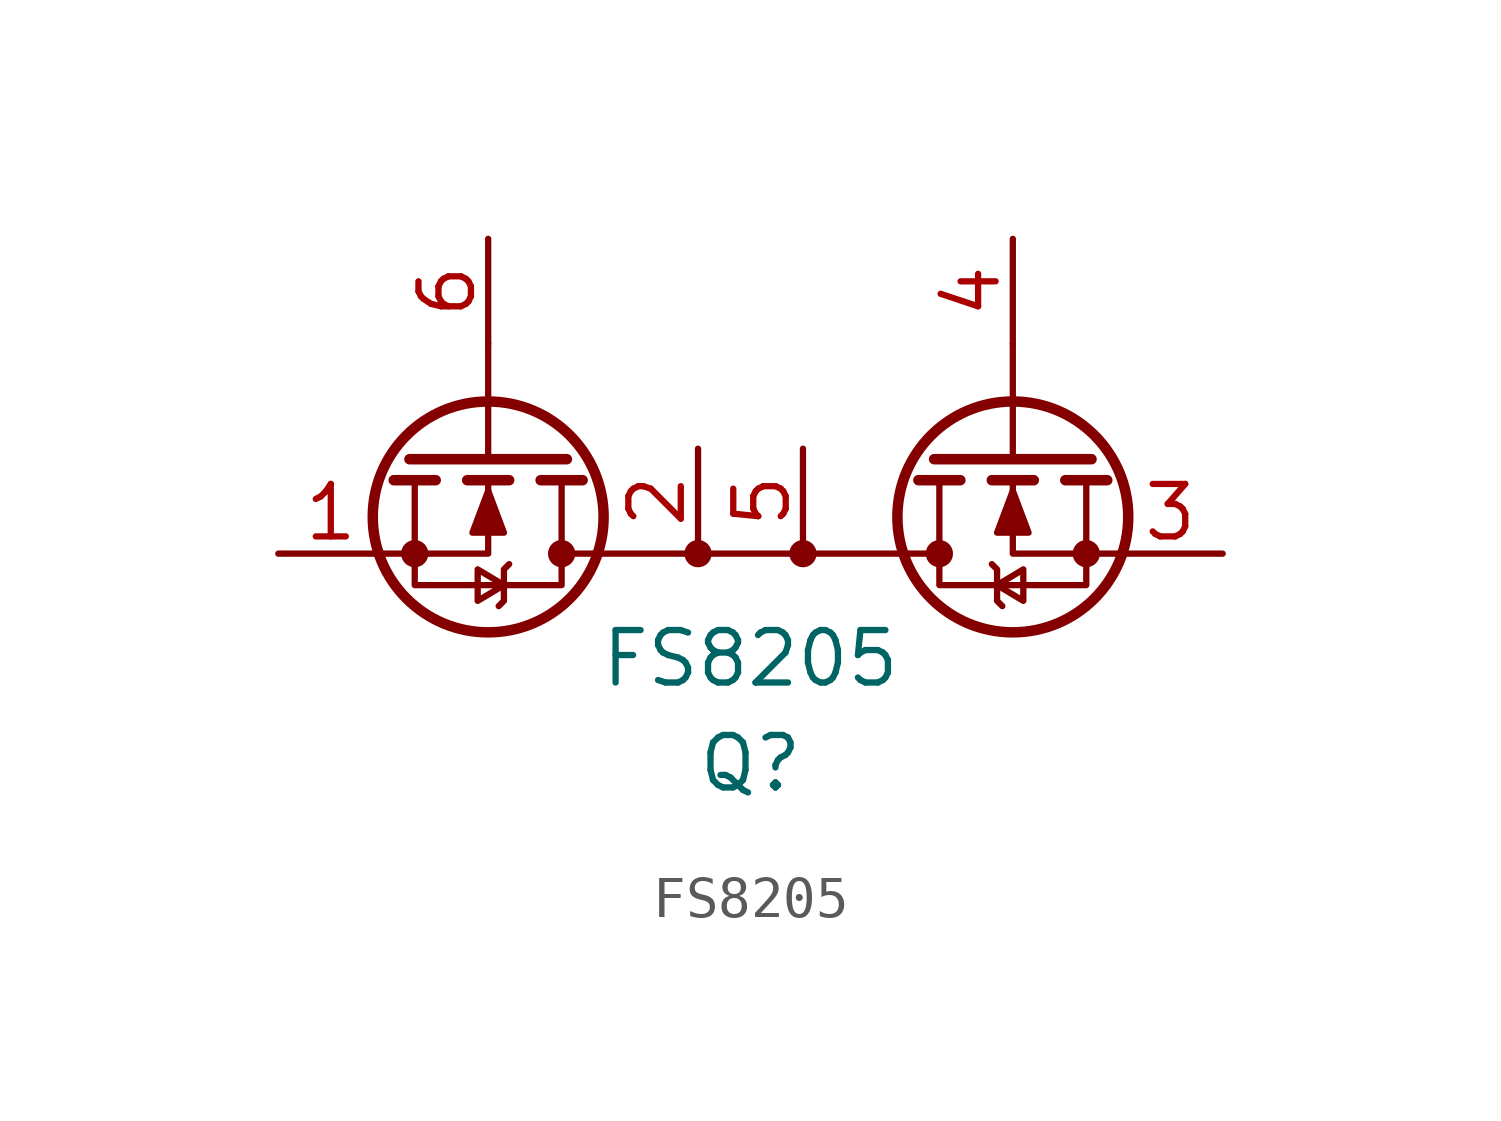
<source format=kicad_sym>
(kicad_symbol_lib
  (version 20211014)
  (generator kicad_symbol_editor)
  (symbol "FS8205"
    (pin_names hide)
    (property "Reference" "Q"
      (at 0 -5.08 0)
      (effects (font (size 1.27 1.27))))
    (property "Value" "FS8205"
      (at 0 -2.54 0)
      (effects (font (size 1.27 1.27))))
    (symbol "FS8205_0_1"
      (circle (center -8.128 0) (radius 0.254) (stroke (width 0) (type default) (color 0 0 0 0)) (fill (type outline)))
      (circle (center -6.35 0.889) (radius 2.794) (stroke (width 0.254) (type default) (color 0 0 0 0)) (fill (type none)))
      (circle (center -4.572 0) (radius 0.254) (stroke (width 0) (type default) (color 0 0 0 0)) (fill (type outline)))
      (circle (center -1.27 0) (radius 0.254) (stroke (width 0) (type default) (color 0 0 0 0)) (fill (type outline)))
      (polyline (pts (xy -7.62 1.778) (xy -8.636 1.778)) (stroke (width 0.254) (type default) (color 0 0 0 0)) (fill (type none)))
      (polyline (pts (xy -6.35 2.286) (xy -6.35 5.08)) (stroke (width 0) (type default) (color 0 0 0 0)) (fill (type none)))
      (polyline (pts (xy -5.842 1.778) (xy -6.858 1.778)) (stroke (width 0.254) (type default) (color 0 0 0 0)) (fill (type none)))
      (polyline (pts (xy -4.445 2.286) (xy -8.255 2.286)) (stroke (width 0.254) (type default) (color 0 0 0 0)) (fill (type none)))
      (polyline (pts (xy -4.064 1.778) (xy -5.08 1.778)) (stroke (width 0.254) (type default) (color 0 0 0 0)) (fill (type none)))
      (polyline (pts (xy -3.81 0) (xy -4.572 0)) (stroke (width 0) (type default) (color 0 0 0 0)) (fill (type none)))
      (polyline (pts (xy 3.81 0) (xy -3.81 0)) (stroke (width 0) (type default) (color 0 0 0 0)) (fill (type none)))
      (polyline (pts (xy 3.81 0) (xy 4.572 0)) (stroke (width 0) (type default) (color 0 0 0 0)) (fill (type none)))
      (polyline (pts (xy 4.064 1.778) (xy 5.08 1.778)) (stroke (width 0.254) (type default) (color 0 0 0 0)) (fill (type none)))
      (polyline (pts (xy 4.445 2.286) (xy 8.255 2.286)) (stroke (width 0.254) (type default) (color 0 0 0 0)) (fill (type none)))
      (polyline (pts (xy 5.842 1.778) (xy 6.858 1.778)) (stroke (width 0.254) (type default) (color 0 0 0 0)) (fill (type none)))
      (polyline (pts (xy 6.35 2.286) (xy 6.35 5.08)) (stroke (width 0) (type default) (color 0 0 0 0)) (fill (type none)))
      (polyline (pts (xy 7.62 1.778) (xy 8.636 1.778)) (stroke (width 0.254) (type default) (color 0 0 0 0)) (fill (type none)))
      (polyline (pts (xy -8.89 0) (xy -6.35 0) (xy -6.35 1.778)) (stroke (width 0) (type default) (color 0 0 0 0)) (fill (type none)))
      (polyline (pts (xy 8.89 0) (xy 6.35 0) (xy 6.35 1.778)) (stroke (width 0) (type default) (color 0 0 0 0)) (fill (type none)))
      (polyline (pts (xy -8.128 1.778) (xy -8.128 -0.762) (xy -4.572 -0.762) (xy -4.572 1.778)) (stroke (width 0) (type default) (color 0 0 0 0)) (fill (type none)))
      (polyline (pts (xy -6.35 1.524) (xy -5.969 0.508) (xy -6.731 0.508) (xy -6.35 1.524)) (stroke (width 0) (type default) (color 0 0 0 0)) (fill (type outline)))
      (polyline (pts (xy -5.969 -0.762) (xy -6.604 -0.381) (xy -6.604 -1.143) (xy -5.969 -0.762)) (stroke (width 0) (type default) (color 0 0 0 0)) (fill (type none)))
      (polyline (pts (xy -5.842 -0.254) (xy -5.969 -0.381) (xy -5.969 -1.143) (xy -6.096 -1.27)) (stroke (width 0) (type default) (color 0 0 0 0)) (fill (type none)))
      (polyline (pts (xy 5.842 -0.254) (xy 5.969 -0.381) (xy 5.969 -1.143) (xy 6.096 -1.27)) (stroke (width 0) (type default) (color 0 0 0 0)) (fill (type none)))
      (polyline (pts (xy 5.969 -0.762) (xy 6.604 -0.381) (xy 6.604 -1.143) (xy 5.969 -0.762)) (stroke (width 0) (type default) (color 0 0 0 0)) (fill (type none)))
      (polyline (pts (xy 6.35 1.524) (xy 5.969 0.508) (xy 6.731 0.508) (xy 6.35 1.524)) (stroke (width 0) (type default) (color 0 0 0 0)) (fill (type outline)))
      (polyline (pts (xy 8.128 1.778) (xy 8.128 -0.762) (xy 4.572 -0.762) (xy 4.572 1.778)) (stroke (width 0) (type default) (color 0 0 0 0)) (fill (type none)))
      (circle (center 1.27 0) (radius 0.254) (stroke (width 0) (type default) (color 0 0 0 0)) (fill (type outline)))
      (circle (center 4.572 0) (radius 0.254) (stroke (width 0) (type default) (color 0 0 0 0)) (fill (type outline)))
      (circle (center 6.35 0.889) (radius 2.794) (stroke (width 0.254) (type default) (color 0 0 0 0)) (fill (type none)))
      (circle (center 8.128 0) (radius 0.254) (stroke (width 0) (type default) (color 0 0 0 0)) (fill (type outline))))
    (symbol "FS8205_1_1"
      (pin passive line (at -11.43 0 0) (length 2.54) (name "S1" (effects (font (size 1.27 1.27)))) (number "1" (effects (font (size 1.27 1.27)))))
      (pin passive line (at -1.27 2.54 270) (length 2.54) (name "D12" (effects (font (size 1.27 1.27)))) (number "2" (effects (font (size 1.27 1.27)))))
      (pin passive line (at 11.43 0 180) (length 2.54) (name "S2" (effects (font (size 1.27 1.27)))) (number "3" (effects (font (size 1.27 1.27)))))
      (pin input line (at 6.35 7.62 270) (length 2.54) (name "G2" (effects (font (size 1.27 1.27)))) (number "4" (effects (font (size 1.27 1.27)))))
      (pin passive line (at 1.27 2.54 270) (length 2.54) (name "D12" (effects (font (size 1.27 1.27)))) (number "5" (effects (font (size 1.27 1.27)))))
      (pin input line (at -6.35 7.62 270) (length 2.54) (name "G1" (effects (font (size 1.27 1.27)))) (number "6" (effects (font (size 1.27 1.27))))))))
</source>
